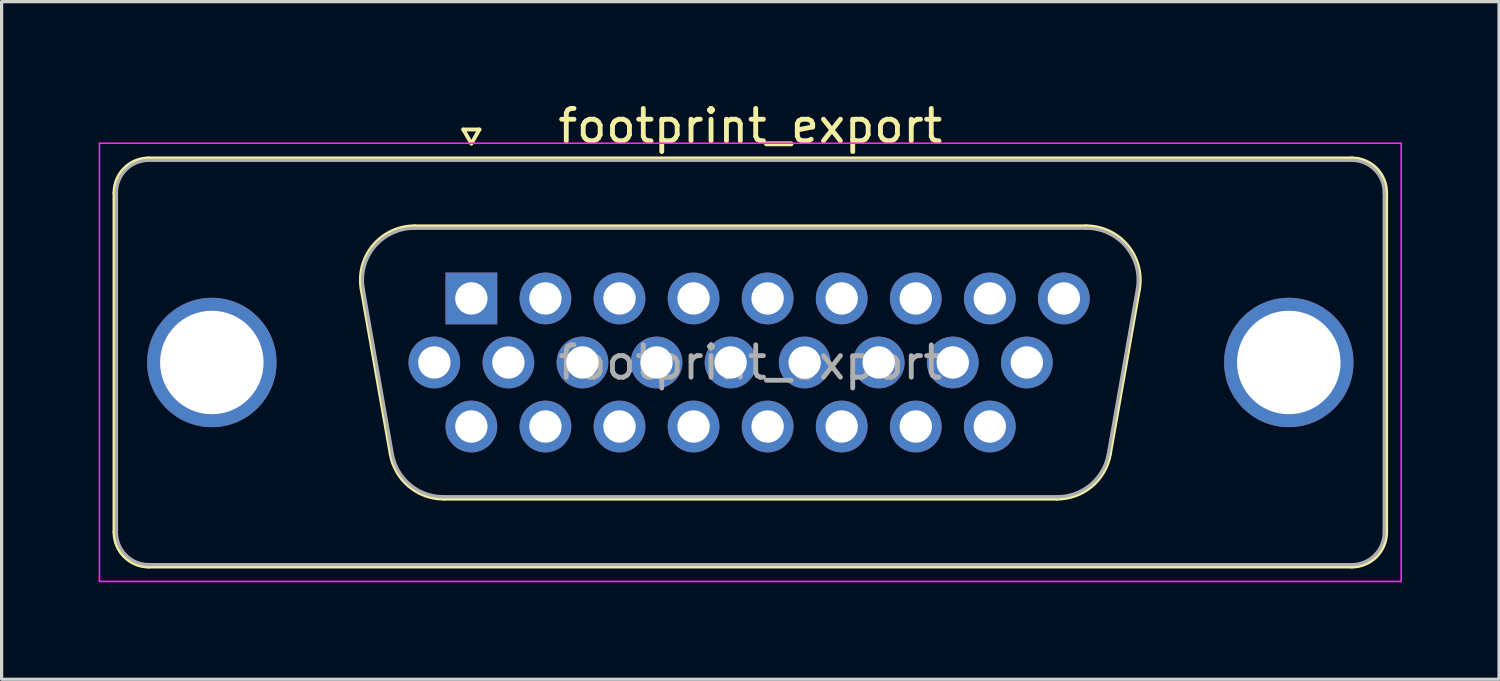
<source format=kicad_pcb>
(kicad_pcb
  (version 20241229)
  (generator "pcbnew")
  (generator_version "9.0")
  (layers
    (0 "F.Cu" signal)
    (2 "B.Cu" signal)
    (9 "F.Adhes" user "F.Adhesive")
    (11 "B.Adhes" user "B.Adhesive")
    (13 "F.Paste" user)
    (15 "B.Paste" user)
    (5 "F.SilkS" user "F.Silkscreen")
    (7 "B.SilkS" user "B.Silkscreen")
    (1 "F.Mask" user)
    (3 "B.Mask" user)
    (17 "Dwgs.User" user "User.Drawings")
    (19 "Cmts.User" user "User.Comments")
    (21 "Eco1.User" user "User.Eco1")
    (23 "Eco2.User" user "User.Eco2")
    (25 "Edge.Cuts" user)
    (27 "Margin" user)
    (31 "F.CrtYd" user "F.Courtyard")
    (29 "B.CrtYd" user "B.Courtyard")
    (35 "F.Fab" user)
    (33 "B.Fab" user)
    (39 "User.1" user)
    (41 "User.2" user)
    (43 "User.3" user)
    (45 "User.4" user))
  (footprint "footprint_export"
    (layer "F.Cu")
    (at 11.525 6.178)
    (property "Reference" "footprint_export" (at 8.625 -5.33 0) (layer "F.SilkS") (effects (font (size 1 1) (thickness 0.15))))
    (attr through_hole)
    (fp_line (start -11.035 7.23) (end -11.035 -3.27) (stroke (width 0.12) (type solid)) (layer "F.SilkS"))
    (fp_line (start -9.975 -4.33) (end 27.225 -4.33) (stroke (width 0.12) (type solid)) (layer "F.SilkS"))
    (fp_line (start -3.391 -0.282) (end -2.492 4.818) (stroke (width 0.12) (type solid)) (layer "F.SilkS"))
    (fp_line (start -1.757 -2.23) (end 19.007 -2.23) (stroke (width 0.12) (type solid)) (layer "F.SilkS"))
    (fp_line (start -0.857 6.19) (end 18.107 6.19) (stroke (width 0.12) (type solid)) (layer "F.SilkS"))
    (fp_line (start -0.25 -5.224) (end 0.25 -5.224) (stroke (width 0.12) (type solid)) (layer "F.SilkS"))
    (fp_line (start 0 -4.791) (end -0.25 -5.224) (stroke (width 0.12) (type solid)) (layer "F.SilkS"))
    (fp_line (start 0.25 -5.224) (end 0 -4.791) (stroke (width 0.12) (type solid)) (layer "F.SilkS"))
    (fp_line (start 20.641 -0.282) (end 19.742 4.818) (stroke (width 0.12) (type solid)) (layer "F.SilkS"))
    (fp_line (start 27.225 8.29) (end -9.975 8.29) (stroke (width 0.12) (type solid)) (layer "F.SilkS"))
    (fp_line (start 28.285 -3.27) (end 28.285 7.23) (stroke (width 0.12) (type solid)) (layer "F.SilkS"))
    (fp_arc (start -11.035 -3.27) (mid -10.724533 -4.019533) (end -9.975 -4.33) (stroke (width 0.12) (type solid)) (layer "F.SilkS"))
    (fp_arc (start -9.975 8.29) (mid -10.724533 7.979533) (end -11.035 7.23) (stroke (width 0.12) (type solid)) (layer "F.SilkS"))
    (fp_arc (start -3.39147 -0.281744) (mid -3.028323 -1.637028) (end -1.756689 -2.23) (stroke (width 0.12) (type solid)) (layer "F.SilkS"))
    (fp_arc (start -0.857421 6.19) (mid -1.924448 5.801634) (end -2.492202 4.818256) (stroke (width 0.12) (type solid)) (layer "F.SilkS"))
    (fp_arc (start 19.006689 -2.23) (mid 20.278323 -1.637027) (end 20.64147 -0.281744) (stroke (width 0.12) (type solid)) (layer "F.SilkS"))
    (fp_arc (start 19.742202 4.818256) (mid 19.174449 5.801634) (end 18.107421 6.19) (stroke (width 0.12) (type solid)) (layer "F.SilkS"))
    (fp_arc (start 27.225 -4.33) (mid 27.974533 -4.019533) (end 28.285 -3.27) (stroke (width 0.12) (type solid)) (layer "F.SilkS"))
    (fp_arc (start 28.285 7.23) (mid 27.974533 7.979533) (end 27.225 8.29) (stroke (width 0.12) (type solid)) (layer "F.SilkS"))
    (fp_line (start -11.5 -4.8) (end -11.5 8.75) (stroke (width 0.05) (type solid)) (layer "F.CrtYd"))
    (fp_line (start -11.5 8.75) (end 28.75 8.75) (stroke (width 0.05) (type solid)) (layer "F.CrtYd"))
    (fp_line (start 28.75 -4.8) (end -11.5 -4.8) (stroke (width 0.05) (type solid)) (layer "F.CrtYd"))
    (fp_line (start 28.75 8.75) (end 28.75 -4.8) (stroke (width 0.05) (type solid)) (layer "F.CrtYd"))
    (fp_line (start -10.975 7.23) (end -10.975 -3.27) (stroke (width 0.1) (type solid)) (layer "F.Fab"))
    (fp_line (start -9.975 -4.27) (end 27.225 -4.27) (stroke (width 0.1) (type solid)) (layer "F.Fab"))
    (fp_line (start -3.344 -0.292) (end -2.445 4.808) (stroke (width 0.1) (type solid)) (layer "F.Fab"))
    (fp_line (start -1.768 -2.17) (end 19.018 -2.17) (stroke (width 0.1) (type solid)) (layer "F.Fab"))
    (fp_line (start -0.869 6.13) (end 18.119 6.13) (stroke (width 0.1) (type solid)) (layer "F.Fab"))
    (fp_line (start 20.594 -0.292) (end 19.695 4.808) (stroke (width 0.1) (type solid)) (layer "F.Fab"))
    (fp_line (start 27.225 8.23) (end -9.975 8.23) (stroke (width 0.1) (type solid)) (layer "F.Fab"))
    (fp_line (start 28.225 -3.27) (end 28.225 7.23) (stroke (width 0.1) (type solid)) (layer "F.Fab"))
    (fp_arc (start -10.975 -3.27) (mid -10.682107 -3.977107) (end -9.975 -4.27) (stroke (width 0.1) (type solid)) (layer "F.Fab"))
    (fp_arc (start -9.975 8.23) (mid -10.682107 7.937107) (end -10.975 7.23) (stroke (width 0.1) (type solid)) (layer "F.Fab"))
    (fp_arc (start -3.343886 -0.292163) (mid -2.993865 -1.59846) (end -1.768194 -2.17) (stroke (width 0.1) (type solid)) (layer "F.Fab"))
    (fp_arc (start -0.868927 6.13) (mid -1.897387 5.755671) (end -2.444619 4.807837) (stroke (width 0.1) (type solid)) (layer "F.Fab"))
    (fp_arc (start 19.018194 -2.17) (mid 20.243865 -1.59846) (end 20.593886 -0.292163) (stroke (width 0.1) (type solid)) (layer "F.Fab"))
    (fp_arc (start 19.694619 4.807837) (mid 19.147387 5.755671) (end 18.118927 6.13) (stroke (width 0.1) (type solid)) (layer "F.Fab"))
    (fp_arc (start 27.225 -4.27) (mid 27.932107 -3.977107) (end 28.225 -3.27) (stroke (width 0.1) (type solid)) (layer "F.Fab"))
    (fp_arc (start 28.225 7.23) (mid 27.932107 7.937107) (end 27.225 8.23) (stroke (width 0.1) (type solid)) (layer "F.Fab"))
    (fp_text user "${REFERENCE}" (at 8.625 1.98 0) (layer "F.Fab") (effects (font (size 1 1) (thickness 0.15))))
    (pad "0" thru_hole circle (at -8.025 1.98) (size 4 4) (drill 3.2) (layers "*.Cu" "*.Mask"))
    (pad "0" thru_hole circle (at 25.275 1.98) (size 4 4) (drill 3.2) (layers "*.Cu" "*.Mask"))
    (pad "1" thru_hole rect (at 0 0) (size 1.6 1.6) (drill 1) (layers "*.Cu" "*.Mask"))
    (pad "2" thru_hole circle (at 2.29 0) (size 1.6 1.6) (drill 1) (layers "*.Cu" "*.Mask"))
    (pad "3" thru_hole circle (at 4.58 0) (size 1.6 1.6) (drill 1) (layers "*.Cu" "*.Mask"))
    (pad "4" thru_hole circle (at 6.87 0) (size 1.6 1.6) (drill 1) (layers "*.Cu" "*.Mask"))
    (pad "5" thru_hole circle (at 9.16 0) (size 1.6 1.6) (drill 1) (layers "*.Cu" "*.Mask"))
    (pad "6" thru_hole circle (at 11.45 0) (size 1.6 1.6) (drill 1) (layers "*.Cu" "*.Mask"))
    (pad "7" thru_hole circle (at 13.74 0) (size 1.6 1.6) (drill 1) (layers "*.Cu" "*.Mask"))
    (pad "8" thru_hole circle (at 16.03 0) (size 1.6 1.6) (drill 1) (layers "*.Cu" "*.Mask"))
    (pad "9" thru_hole circle (at 18.32 0) (size 1.6 1.6) (drill 1) (layers "*.Cu" "*.Mask"))
    (pad "10" thru_hole circle (at -1.145 1.98) (size 1.6 1.6) (drill 1) (layers "*.Cu" "*.Mask"))
    (pad "11" thru_hole circle (at 1.145 1.98) (size 1.6 1.6) (drill 1) (layers "*.Cu" "*.Mask"))
    (pad "12" thru_hole circle (at 3.435 1.98) (size 1.6 1.6) (drill 1) (layers "*.Cu" "*.Mask"))
    (pad "13" thru_hole circle (at 5.725 1.98) (size 1.6 1.6) (drill 1) (layers "*.Cu" "*.Mask"))
    (pad "14" thru_hole circle (at 8.015 1.98) (size 1.6 1.6) (drill 1) (layers "*.Cu" "*.Mask"))
    (pad "15" thru_hole circle (at 10.305 1.98) (size 1.6 1.6) (drill 1) (layers "*.Cu" "*.Mask"))
    (pad "16" thru_hole circle (at 12.595 1.98) (size 1.6 1.6) (drill 1) (layers "*.Cu" "*.Mask"))
    (pad "17" thru_hole circle (at 14.885 1.98) (size 1.6 1.6) (drill 1) (layers "*.Cu" "*.Mask"))
    (pad "18" thru_hole circle (at 17.175 1.98) (size 1.6 1.6) (drill 1) (layers "*.Cu" "*.Mask"))
    (pad "19" thru_hole circle (at 0 3.96) (size 1.6 1.6) (drill 1) (layers "*.Cu" "*.Mask"))
    (pad "20" thru_hole circle (at 2.29 3.96) (size 1.6 1.6) (drill 1) (layers "*.Cu" "*.Mask"))
    (pad "21" thru_hole circle (at 4.58 3.96) (size 1.6 1.6) (drill 1) (layers "*.Cu" "*.Mask"))
    (pad "22" thru_hole circle (at 6.87 3.96) (size 1.6 1.6) (drill 1) (layers "*.Cu" "*.Mask"))
    (pad "23" thru_hole circle (at 9.16 3.96) (size 1.6 1.6) (drill 1) (layers "*.Cu" "*.Mask"))
    (pad "24" thru_hole circle (at 11.45 3.96) (size 1.6 1.6) (drill 1) (layers "*.Cu" "*.Mask"))
    (pad "25" thru_hole circle (at 13.74 3.96) (size 1.6 1.6) (drill 1) (layers "*.Cu" "*.Mask"))
    (pad "26" thru_hole circle (at 16.03 3.96) (size 1.6 1.6) (drill 1) (layers "*.Cu" "*.Mask")))
  (gr_rect
    (start -3 -3)
    (end 43.3 17.953)
    (stroke (width 0.1) (type default))
    (fill no)
    (layer "Edge.Cuts")))
</source>
